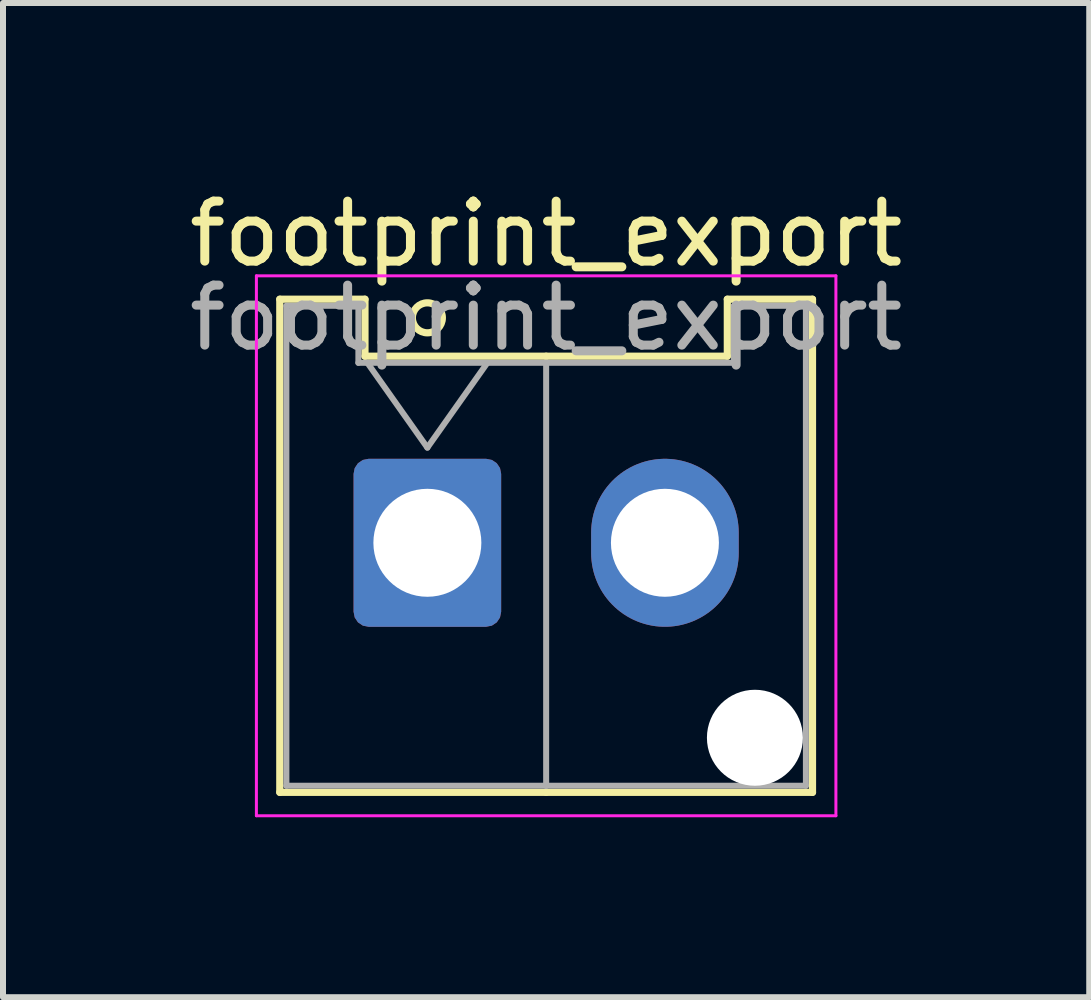
<source format=kicad_pcb>
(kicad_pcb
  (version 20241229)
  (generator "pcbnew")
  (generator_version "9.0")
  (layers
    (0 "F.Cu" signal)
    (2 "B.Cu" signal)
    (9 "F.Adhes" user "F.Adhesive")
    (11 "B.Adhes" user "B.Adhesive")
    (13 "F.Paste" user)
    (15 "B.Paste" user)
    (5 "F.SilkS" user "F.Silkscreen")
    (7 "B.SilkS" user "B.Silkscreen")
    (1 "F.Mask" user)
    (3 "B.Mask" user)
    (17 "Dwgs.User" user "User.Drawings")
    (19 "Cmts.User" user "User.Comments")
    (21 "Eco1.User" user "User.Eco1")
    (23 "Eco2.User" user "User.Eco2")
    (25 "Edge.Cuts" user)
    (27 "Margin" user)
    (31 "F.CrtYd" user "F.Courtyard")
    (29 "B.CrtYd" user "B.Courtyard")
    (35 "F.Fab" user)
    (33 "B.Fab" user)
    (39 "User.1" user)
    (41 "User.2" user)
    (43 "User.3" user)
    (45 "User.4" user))
  (footprint "footprint_export"
    (layer "F.Cu")
    (at 4.074 5.998)
    (property "Reference" "footprint_export" (at 1.98 -5.15 0) (layer "F.SilkS") (effects (font (size 1 1) (thickness 0.15))))
    (attr through_hole)
    (fp_line (start -2.46 -4.06) (end -1.04 -4.06) (stroke (width 0.12) (type solid)) (layer "F.SilkS"))
    (fp_line (start -2.46 4.16) (end -2.46 -4.06) (stroke (width 0.12) (type solid)) (layer "F.SilkS"))
    (fp_line (start -1.04 -4.06) (end -1.04 -3.11) (stroke (width 0.12) (type solid)) (layer "F.SilkS"))
    (fp_line (start -1.04 -3.11) (end 1.98 -3.11) (stroke (width 0.12) (type solid)) (layer "F.SilkS"))
    (fp_line (start 1.98 4.16) (end -2.46 4.16) (stroke (width 0.12) (type solid)) (layer "F.SilkS"))
    (fp_line (start 1.98 4.16) (end 6.42 4.16) (stroke (width 0.12) (type solid)) (layer "F.SilkS"))
    (fp_line (start 5 -4.06) (end 5 -3.11) (stroke (width 0.12) (type solid)) (layer "F.SilkS"))
    (fp_line (start 5 -3.11) (end 1.98 -3.11) (stroke (width 0.12) (type solid)) (layer "F.SilkS"))
    (fp_line (start 6.42 -4.06) (end 5 -4.06) (stroke (width 0.12) (type solid)) (layer "F.SilkS"))
    (fp_line (start 6.42 4.16) (end 6.42 -4.06) (stroke (width 0.12) (type solid)) (layer "F.SilkS"))
    (fp_circle (center 0 -3.75) (end 0.25 -3.75) (stroke (width 0.12) (type solid)) (fill no) (layer "F.SilkS"))
    (fp_line (start -2.85 -4.45) (end -2.85 4.55) (stroke (width 0.05) (type solid)) (layer "F.CrtYd"))
    (fp_line (start -2.85 4.55) (end 6.81 4.55) (stroke (width 0.05) (type solid)) (layer "F.CrtYd"))
    (fp_line (start 6.81 -4.45) (end -2.85 -4.45) (stroke (width 0.05) (type solid)) (layer "F.CrtYd"))
    (fp_line (start 6.81 4.55) (end 6.81 -4.45) (stroke (width 0.05) (type solid)) (layer "F.CrtYd"))
    (fp_line (start -2.35 -3.95) (end -1.15 -3.95) (stroke (width 0.1) (type solid)) (layer "F.Fab"))
    (fp_line (start -2.35 4.05) (end -2.35 -3.95) (stroke (width 0.1) (type solid)) (layer "F.Fab"))
    (fp_line (start -1.15 -3.95) (end -1.15 -3) (stroke (width 0.1) (type solid)) (layer "F.Fab"))
    (fp_line (start -1.15 -3) (end 1.98 -3) (stroke (width 0.1) (type solid)) (layer "F.Fab"))
    (fp_line (start -1 -3) (end 0 -1.586) (stroke (width 0.1) (type solid)) (layer "F.Fab"))
    (fp_line (start 0 -1.586) (end 1 -3) (stroke (width 0.1) (type solid)) (layer "F.Fab"))
    (fp_line (start 1.98 -3) (end 1.98 4.05) (stroke (width 0.1) (type solid)) (layer "F.Fab"))
    (fp_line (start 1.98 4.05) (end -2.35 4.05) (stroke (width 0.1) (type solid)) (layer "F.Fab"))
    (fp_line (start 1.98 4.05) (end 6.31 4.05) (stroke (width 0.1) (type solid)) (layer "F.Fab"))
    (fp_line (start 5.11 -3.95) (end 5.11 -3) (stroke (width 0.1) (type solid)) (layer "F.Fab"))
    (fp_line (start 5.11 -3) (end 1.98 -3) (stroke (width 0.1) (type solid)) (layer "F.Fab"))
    (fp_line (start 6.31 -3.95) (end 5.11 -3.95) (stroke (width 0.1) (type solid)) (layer "F.Fab"))
    (fp_line (start 6.31 4.05) (end 6.31 -3.95) (stroke (width 0.1) (type solid)) (layer "F.Fab"))
    (fp_text user "${REFERENCE}" (at 1.98 -3.75 0) (layer "F.Fab") (effects (font (size 1 1) (thickness 0.15))))
    (pad "" np_thru_hole circle (at 5.46 3.25) (size 1.6 1.6) (drill 1.6) (layers "*.Cu" "*.Mask"))
    (pad "1" thru_hole roundrect (at 0 0) (size 2.46 2.8) (drill 1.8) (layers "*.Cu" "*.Mask") (roundrect_rratio 0.102))
    (pad "2" thru_hole oval (at 3.96 0) (size 2.46 2.8) (drill 1.8) (layers "*.Cu" "*.Mask")))
  (gr_rect
    (start -3 -3)
    (end 15.107 13.573)
    (stroke (width 0.1) (type default))
    (fill no)
    (layer "Edge.Cuts")))
</source>
